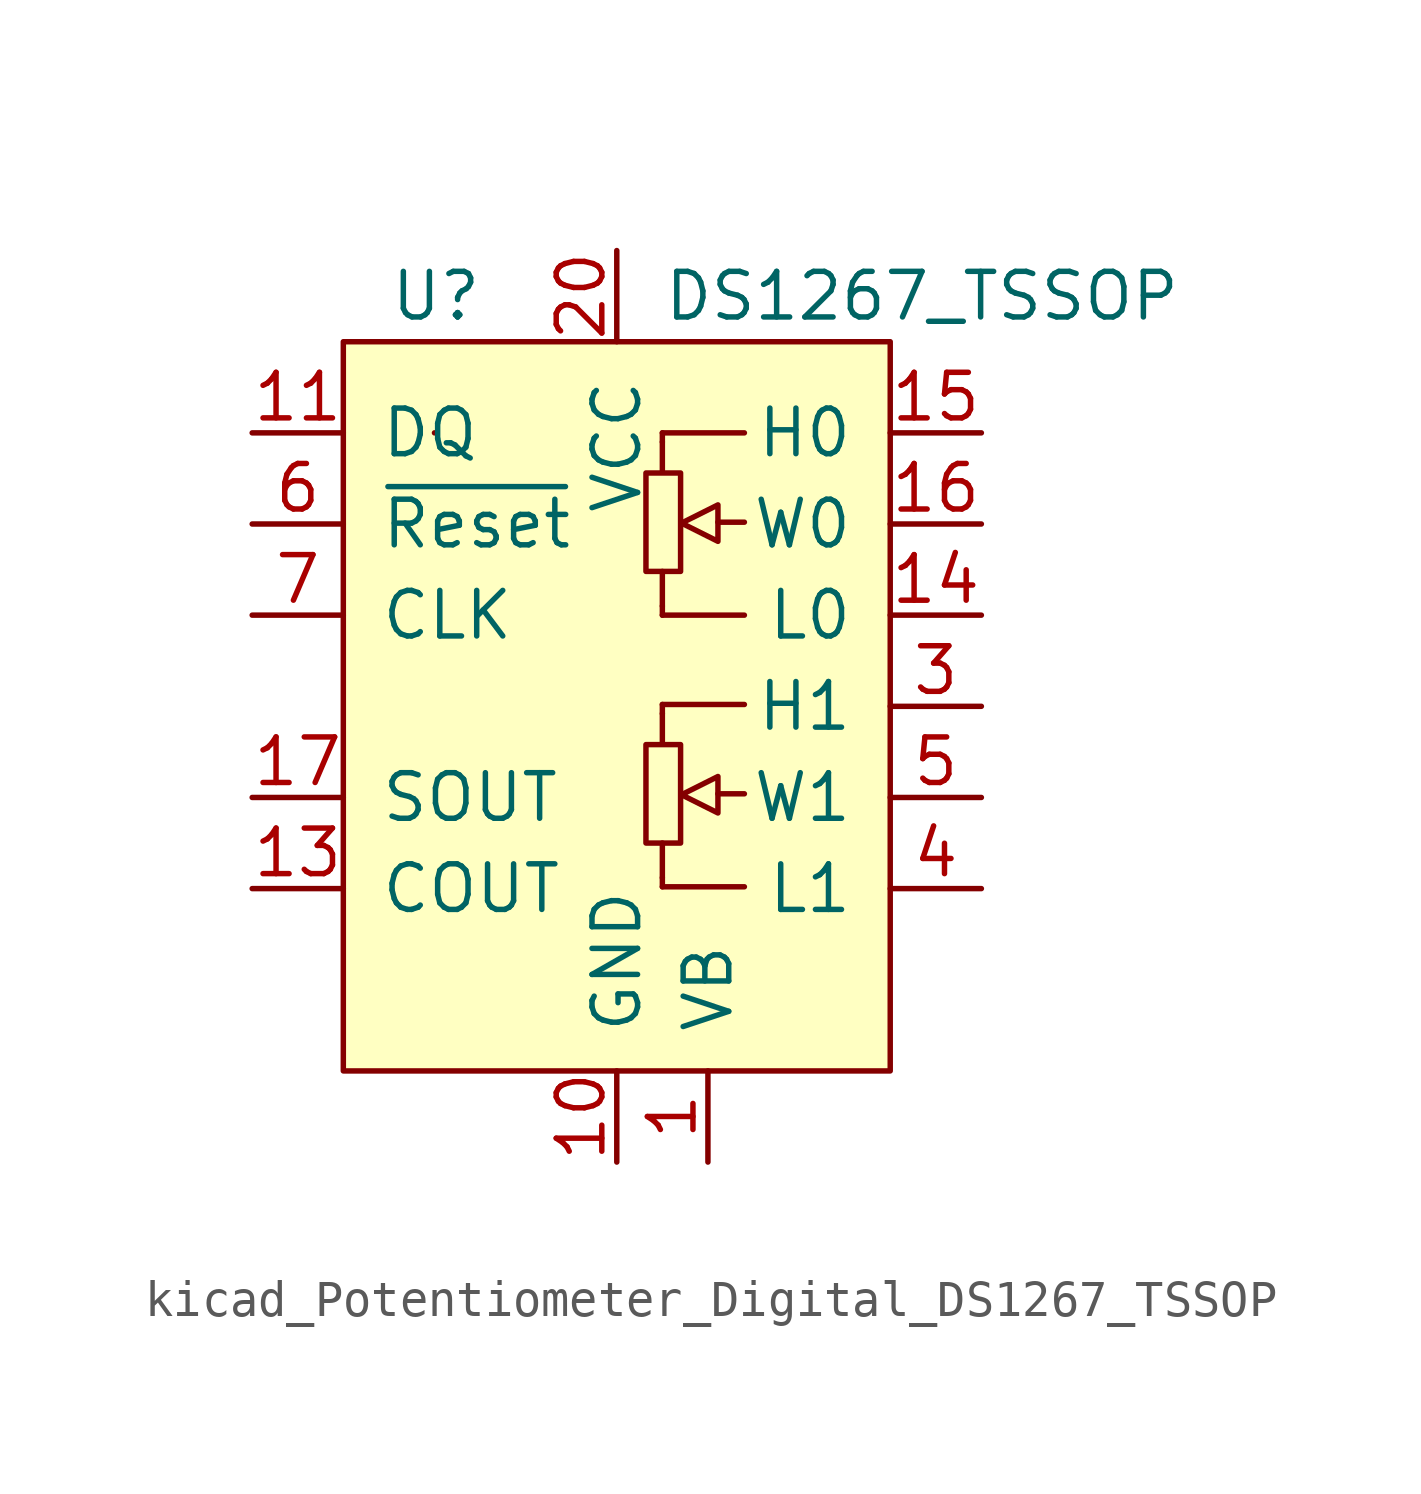
<source format=kicad_sym>
(kicad_symbol_lib
  (version 20220914)
  (generator kicad_symbol_editor)
  (symbol "kicad_Potentiometer_Digital_DS1267_TSSOP"
    (pin_names
      (offset 1.016))
    (property "Reference" "U"
      (at -6.35 11.43 0)
      (effects (font (size 1.27 1.27)) (justify left)))
    (property "Value" "DS1267_TSSOP"
      (at 1.27 11.43 0)
      (effects (font (size 1.27 1.27)) (justify left)))
    (symbol "kicad_Potentiometer_Digital_DS1267_TSSOP_0_1"
      (rectangle (start -7.62 10.16) (end 7.62 -10.16) (stroke (width 0) (type default)) (fill (type background)))
      (rectangle (start -5.08 7.62) (end -5.08 7.62) (stroke (width 0) (type default)) (fill (type none)))
      (polyline (pts (xy 1.27 -4.775) (xy 1.27 -3.81)) (stroke (width 0) (type default)) (fill (type none)))
      (polyline (pts (xy 1.27 -0.203) (xy 1.27 -1.041)) (stroke (width 0) (type default)) (fill (type none)))
      (polyline (pts (xy 1.27 2.794) (xy 1.27 3.759)) (stroke (width 0) (type default)) (fill (type none)))
      (polyline (pts (xy 1.27 7.366) (xy 1.27 6.528)) (stroke (width 0) (type default)) (fill (type none)))
      (polyline (pts (xy 2.819 -2.438) (xy 3.556 -2.438)) (stroke (width 0) (type default)) (fill (type none)))
      (polyline (pts (xy 2.819 5.131) (xy 3.556 5.131)) (stroke (width 0) (type default)) (fill (type none)))
      (polyline (pts (xy 1.27 -5.029) (xy 1.27 -4.775) (xy 1.27 -4.775)) (stroke (width 0) (type default)) (fill (type background)))
      (polyline (pts (xy 1.27 -5.029) (xy 3.556 -5.029) (xy 3.556 -5.029)) (stroke (width 0) (type default)) (fill (type background)))
      (polyline (pts (xy 1.27 0.051) (xy 1.27 -0.203) (xy 1.27 -0.203)) (stroke (width 0) (type default)) (fill (type none)))
      (polyline (pts (xy 1.27 0.051) (xy 3.556 0.051) (xy 3.556 0.051)) (stroke (width 0) (type default)) (fill (type background)))
      (polyline (pts (xy 1.27 2.54) (xy 1.27 2.794) (xy 1.27 2.794)) (stroke (width 0) (type default)) (fill (type background)))
      (polyline (pts (xy 1.27 2.54) (xy 3.556 2.54) (xy 3.556 2.54)) (stroke (width 0) (type default)) (fill (type background)))
      (polyline (pts (xy 1.27 7.62) (xy 1.27 7.366) (xy 1.27 7.366)) (stroke (width 0) (type default)) (fill (type none)))
      (polyline (pts (xy 1.27 7.62) (xy 3.556 7.62) (xy 3.556 7.62)) (stroke (width 0) (type default)) (fill (type background)))
      (polyline (pts (xy 2.819 -1.956) (xy 2.819 -2.972) (xy 1.803 -2.464) (xy 2.819 -1.956) (xy 2.819 -1.956)) (stroke (width 0) (type default)) (fill (type background)))
      (polyline (pts (xy 2.819 5.613) (xy 2.819 4.597) (xy 1.803 5.105) (xy 2.819 5.613) (xy 2.819 5.613)) (stroke (width 0) (type default)) (fill (type background)))
      (rectangle (start 0.813 -1.067) (end 1.778 -3.81) (stroke (width 0) (type default)) (fill (type none)))
      (rectangle (start 0.813 6.502) (end 1.778 3.759) (stroke (width 0) (type default)) (fill (type none))))
    (symbol "kicad_Potentiometer_Digital_DS1267_TSSOP_1_1"
      (pin power_in line (at 2.54 -12.7 90) (length 2.54) (name "VB" (effects (font (size 1.27 1.27)))) (number "1" (effects (font (size 1.27 1.27)))))
      (pin power_in line (at 0 -12.7 90) (length 2.54) (name "GND" (effects (font (size 1.27 1.27)))) (number "10" (effects (font (size 1.27 1.27)))))
      (pin input line (at -10.16 7.62 0) (length 2.54) (name "DQ" (effects (font (size 1.27 1.27)))) (number "11" (effects (font (size 1.27 1.27)))))
      (pin output line (at -10.16 -5.08 0) (length 2.54) (name "COUT" (effects (font (size 1.27 1.27)))) (number "13" (effects (font (size 1.27 1.27)))))
      (pin passive line (at 10.16 2.54 180) (length 2.54) (name "L0" (effects (font (size 1.27 1.27)))) (number "14" (effects (font (size 1.27 1.27)))))
      (pin passive line (at 10.16 7.62 180) (length 2.54) (name "H0" (effects (font (size 1.27 1.27)))) (number "15" (effects (font (size 1.27 1.27)))))
      (pin passive line (at 10.16 5.08 180) (length 2.54) (name "W0" (effects (font (size 1.27 1.27)))) (number "16" (effects (font (size 1.27 1.27)))))
      (pin output line (at -10.16 -2.54 0) (length 2.54) (name "SOUT" (effects (font (size 1.27 1.27)))) (number "17" (effects (font (size 1.27 1.27)))))
      (pin power_in line (at 0 12.7 270) (length 2.54) (name "VCC" (effects (font (size 1.27 1.27)))) (number "20" (effects (font (size 1.27 1.27)))))
      (pin passive line (at 10.16 0 180) (length 2.54) (name "H1" (effects (font (size 1.27 1.27)))) (number "3" (effects (font (size 1.27 1.27)))))
      (pin passive line (at 10.16 -5.08 180) (length 2.54) (name "L1" (effects (font (size 1.27 1.27)))) (number "4" (effects (font (size 1.27 1.27)))))
      (pin passive line (at 10.16 -2.54 180) (length 2.54) (name "W1" (effects (font (size 1.27 1.27)))) (number "5" (effects (font (size 1.27 1.27)))))
      (pin input line (at -10.16 5.08 0) (length 2.54) (name "~{Reset}" (effects (font (size 1.27 1.27)))) (number "6" (effects (font (size 1.27 1.27)))))
      (pin input line (at -10.16 2.54 0) (length 2.54) (name "CLK" (effects (font (size 1.27 1.27)))) (number "7" (effects (font (size 1.27 1.27))))))))
</source>
